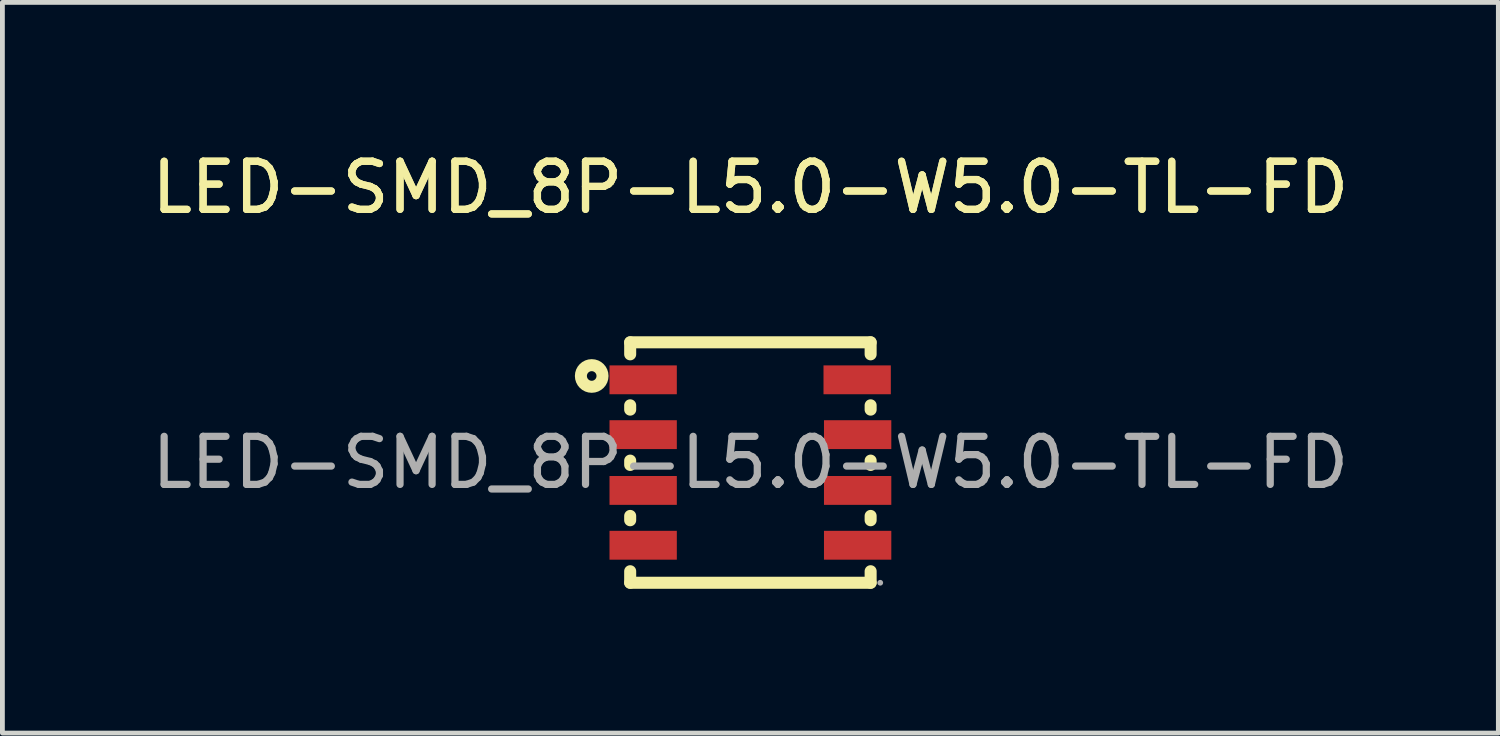
<source format=kicad_pcb>
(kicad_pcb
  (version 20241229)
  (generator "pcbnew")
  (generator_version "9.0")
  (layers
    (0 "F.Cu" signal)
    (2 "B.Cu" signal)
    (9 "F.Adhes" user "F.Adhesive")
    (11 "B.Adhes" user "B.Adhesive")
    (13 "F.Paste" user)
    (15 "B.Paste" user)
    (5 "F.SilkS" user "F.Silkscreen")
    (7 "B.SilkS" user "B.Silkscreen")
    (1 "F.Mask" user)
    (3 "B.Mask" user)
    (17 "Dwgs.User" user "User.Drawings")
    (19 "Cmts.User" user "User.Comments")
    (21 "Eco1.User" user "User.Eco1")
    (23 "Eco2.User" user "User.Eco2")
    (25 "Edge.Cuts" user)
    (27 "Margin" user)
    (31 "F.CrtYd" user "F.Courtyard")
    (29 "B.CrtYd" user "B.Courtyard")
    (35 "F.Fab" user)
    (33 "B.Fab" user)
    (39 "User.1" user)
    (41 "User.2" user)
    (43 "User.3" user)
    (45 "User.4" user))
  (footprint "LED-SMD_8P-L5.0-W5.0-TL-FD"
    (layer "F.Cu")
    (at 12.554 6.568)
    (property "Reference" "LED-SMD_8P-L5.0-W5.0-TL-FD" (at 0 -5.72 0) (layer "F.SilkS") (effects (font (size 1 1) (thickness 0.15))))
    (attr smd)
    (fp_line (start -2.5 -2.5) (end 2.5 -2.5) (stroke (width 0.25) (type solid)) (layer "F.SilkS"))
    (fp_line (start -2.5 -2.25) (end -2.5 -2.5) (stroke (width 0.25) (type solid)) (layer "F.SilkS"))
    (fp_line (start -2.5 -1.1) (end -2.5 -1.19) (stroke (width 0.25) (type solid)) (layer "F.SilkS"))
    (fp_line (start -2.5 0.05) (end -2.5 -0.04) (stroke (width 0.25) (type solid)) (layer "F.SilkS"))
    (fp_line (start -2.5 1.2) (end -2.5 1.11) (stroke (width 0.25) (type solid)) (layer "F.SilkS"))
    (fp_line (start -2.5 2.5) (end -2.5 2.26) (stroke (width 0.25) (type solid)) (layer "F.SilkS"))
    (fp_line (start 2.5 -2.5) (end 2.5 -2.25) (stroke (width 0.25) (type solid)) (layer "F.SilkS"))
    (fp_line (start 2.5 -1.19) (end 2.5 -1.1) (stroke (width 0.25) (type solid)) (layer "F.SilkS"))
    (fp_line (start 2.5 -0.04) (end 2.5 0.05) (stroke (width 0.25) (type solid)) (layer "F.SilkS"))
    (fp_line (start 2.5 1.11) (end 2.5 1.2) (stroke (width 0.25) (type solid)) (layer "F.SilkS"))
    (fp_line (start 2.5 2.26) (end 2.5 2.5) (stroke (width 0.25) (type solid)) (layer "F.SilkS"))
    (fp_line (start 2.5 2.5) (end -2.5 2.5) (stroke (width 0.25) (type solid)) (layer "F.SilkS"))
    (fp_circle (center -3.3 -1.8) (end -3.2 -1.8) (stroke (width 0.25) (type solid)) (fill no) (layer "F.SilkS"))
    (fp_circle (center 2.7 2.5) (end 2.73 2.5) (stroke (width 0.06) (type solid)) (fill no) (layer "F.Fab"))
    (fp_text user "${REFERENCE}" (at 0 -5.72 0) (layer "F.SilkS") (effects (font (size 1 1) (thickness 0.15))))
    (fp_text user "${REFERENCE}" (at 0 0 0) (layer "F.Fab") (effects (font (size 1 1) (thickness 0.15))))
    (pad "1" smd rect (at -2.23 -1.72 90) (size 0.6 1.4) (layers "F.Cu" "F.Mask" "F.Paste"))
    (pad "2" smd rect (at -2.23 -0.58 90) (size 0.6 1.4) (layers "F.Cu" "F.Mask" "F.Paste"))
    (pad "3" smd rect (at -2.23 0.58 90) (size 0.6 1.4) (layers "F.Cu" "F.Mask" "F.Paste"))
    (pad "4" smd rect (at -2.23 1.72 90) (size 0.6 1.4) (layers "F.Cu" "F.Mask" "F.Paste"))
    (pad "5" smd rect (at 2.23 1.72 90) (size 0.6 1.4) (layers "F.Cu" "F.Mask" "F.Paste"))
    (pad "6" smd rect (at 2.23 0.58 90) (size 0.6 1.4) (layers "F.Cu" "F.Mask" "F.Paste"))
    (pad "7" smd rect (at 2.23 -0.58 90) (size 0.6 1.4) (layers "F.Cu" "F.Mask" "F.Paste"))
    (pad "8" smd rect (at 2.22 -1.72 90) (size 0.6 1.4) (layers "F.Cu" "F.Mask" "F.Paste")))
  (gr_rect
    (start -3 -3)
    (end 28.107 12.193)
    (stroke (width 0.1) (type default))
    (fill no)
    (layer "Edge.Cuts")))
</source>
